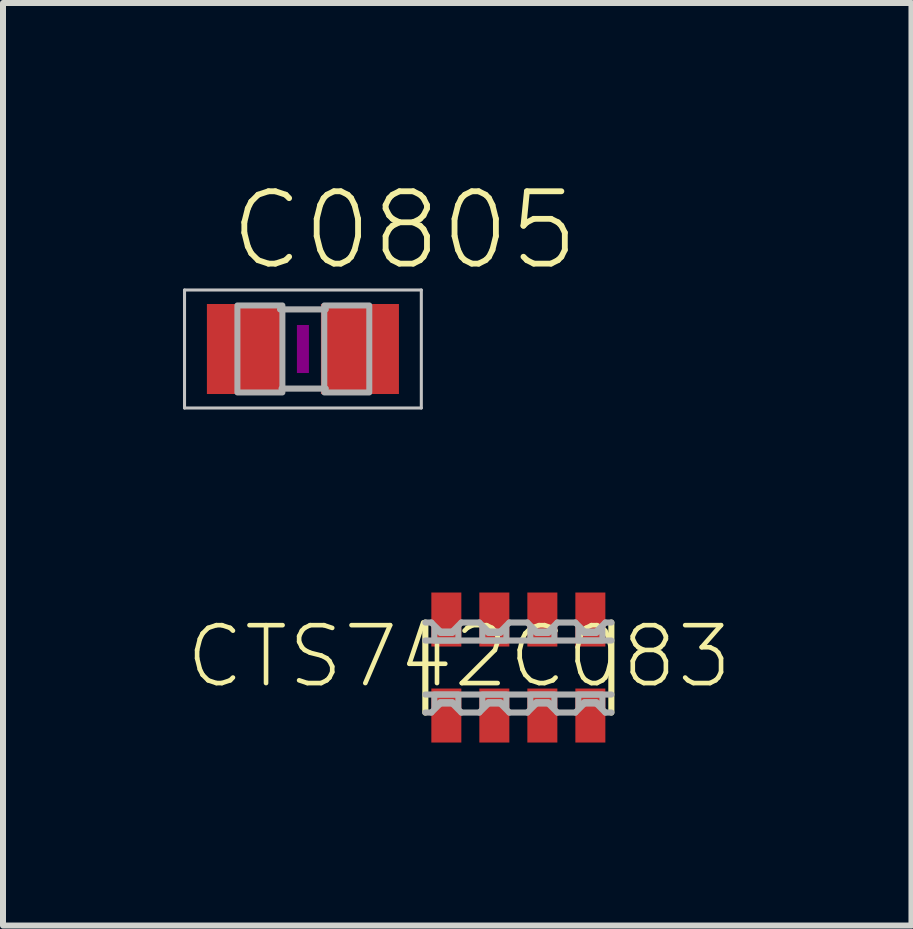
<source format=kicad_pcb>
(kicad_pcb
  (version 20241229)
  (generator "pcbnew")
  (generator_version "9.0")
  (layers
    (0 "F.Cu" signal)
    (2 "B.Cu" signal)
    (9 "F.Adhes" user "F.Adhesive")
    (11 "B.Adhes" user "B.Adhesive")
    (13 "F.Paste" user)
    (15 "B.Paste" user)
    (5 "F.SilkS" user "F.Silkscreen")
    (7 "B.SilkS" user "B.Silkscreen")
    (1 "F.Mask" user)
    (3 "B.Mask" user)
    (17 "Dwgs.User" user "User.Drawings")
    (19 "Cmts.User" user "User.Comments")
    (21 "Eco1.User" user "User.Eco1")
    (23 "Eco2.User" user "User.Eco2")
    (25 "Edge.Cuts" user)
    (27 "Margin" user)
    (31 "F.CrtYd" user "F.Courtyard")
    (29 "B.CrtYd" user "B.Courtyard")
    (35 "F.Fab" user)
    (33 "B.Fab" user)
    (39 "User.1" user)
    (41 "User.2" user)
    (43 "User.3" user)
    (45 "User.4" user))
  (footprint "C0805"
    (layer "F.Cu")
    (at 1.998 2.766)
    (property "Reference" "C0805" (at -1.27 -1.27 0) (layer "F.SilkS") (effects (font (size 1.206 1.206) (thickness 0.097)) (justify left bottom)))
    (attr through_hole)
    (fp_poly (pts (xy -0.1 0.4) (xy 0.1 0.4) (xy 0.1 -0.4) (xy -0.1 -0.4)) (stroke (width 0) (type solid)) (fill yes) (layer "F.Adhes"))
    (fp_line (start -1.973 -0.983) (end 1.973 -0.983) (stroke (width 0.051) (type solid)) (layer "Dwgs.User"))
    (fp_line (start -1.973 0.983) (end -1.973 -0.983) (stroke (width 0.051) (type solid)) (layer "Dwgs.User"))
    (fp_line (start 1.973 -0.983) (end 1.973 0.983) (stroke (width 0.051) (type solid)) (layer "Dwgs.User"))
    (fp_line (start 1.973 0.983) (end -1.973 0.983) (stroke (width 0.051) (type solid)) (layer "Dwgs.User"))
    (fp_line (start -0.381 -0.66) (end 0.381 -0.66) (stroke (width 0.102) (type solid)) (layer "F.Fab"))
    (fp_line (start -0.356 0.66) (end 0.381 0.66) (stroke (width 0.102) (type solid)) (layer "F.Fab"))
    (fp_poly (pts (xy -1.092 0.724) (xy -0.342 0.724) (xy -0.342 -0.726) (xy -1.092 -0.726)) (stroke (width 0.1) (type solid)) (fill no) (layer "F.Fab"))
    (fp_poly (pts (xy 0.356 0.724) (xy 1.106 0.724) (xy 1.106 -0.726) (xy 0.356 -0.726)) (stroke (width 0.1) (type solid)) (fill no) (layer "F.Fab"))
    (pad "1" smd rect (at -0.95 0) (size 1.3 1.5) (layers "F.Cu" "F.Mask" "F.Paste"))
    (pad "2" smd rect (at 0.95 0) (size 1.3 1.5) (layers "F.Cu" "F.Mask" "F.Paste")))
  (footprint "CTS742C083"
    (layer "F.Cu")
    (at 5.588 8.074)
    (property "Reference" "CTS742C083" (at -5.588 0.381 180) (layer "F.SilkS") (effects (font (size 0.965 0.965) (thickness 0.077)) (justify left bottom)))
    (attr through_hole)
    (fp_poly (pts (xy -1.5 1.3) (xy -0.9 1.3) (xy -0.9 0.3) (xy -1.5 0.3)) (stroke (width 0) (type solid)) (fill yes) (layer "F.Mask"))
    (fp_poly (pts (xy -0.9 -1.3) (xy -1.5 -1.3) (xy -1.5 -0.3) (xy -0.9 -0.3)) (stroke (width 0) (type solid)) (fill yes) (layer "F.Mask"))
    (fp_poly (pts (xy -0.7 1.3) (xy -0.1 1.3) (xy -0.1 0.3) (xy -0.7 0.3)) (stroke (width 0) (type solid)) (fill yes) (layer "F.Mask"))
    (fp_poly (pts (xy -0.1 -1.3) (xy -0.7 -1.3) (xy -0.7 -0.3) (xy -0.1 -0.3)) (stroke (width 0) (type solid)) (fill yes) (layer "F.Mask"))
    (fp_poly (pts (xy 0.1 1.3) (xy 0.7 1.3) (xy 0.7 0.3) (xy 0.1 0.3)) (stroke (width 0) (type solid)) (fill yes) (layer "F.Mask"))
    (fp_poly (pts (xy 0.7 -1.3) (xy 0.1 -1.3) (xy 0.1 -0.3) (xy 0.7 -0.3)) (stroke (width 0) (type solid)) (fill yes) (layer "F.Mask"))
    (fp_poly (pts (xy 0.9 1.3) (xy 1.5 1.3) (xy 1.5 0.3) (xy 0.9 0.3)) (stroke (width 0) (type solid)) (fill yes) (layer "F.Mask"))
    (fp_poly (pts (xy 1.5 -1.3) (xy 0.9 -1.3) (xy 0.9 -0.3) (xy 1.5 -0.3)) (stroke (width 0) (type solid)) (fill yes) (layer "F.Mask"))
    (fp_line (start -1.55 0.75) (end -1.55 -0.75) (stroke (width 0.102) (type solid)) (layer "F.SilkS"))
    (fp_line (start 1.55 -0.75) (end 1.55 0.75) (stroke (width 0.102) (type solid)) (layer "F.SilkS"))
    (fp_line (start -1.55 -0.75) (end -1.45 -0.75) (stroke (width 0.102) (type solid)) (layer "F.Fab"))
    (fp_line (start -1.55 -0.45) (end 1.55 -0.45) (stroke (width 0.102) (type solid)) (layer "F.Fab"))
    (fp_line (start -1.45 -0.75) (end -1.3 -0.6) (stroke (width 0.102) (type solid)) (layer "F.Fab"))
    (fp_line (start -1.45 0.75) (end -1.55 0.75) (stroke (width 0.102) (type solid)) (layer "F.Fab"))
    (fp_line (start -1.3 -0.6) (end -1.1 -0.6) (stroke (width 0.102) (type solid)) (layer "F.Fab"))
    (fp_line (start -1.3 0.6) (end -1.45 0.75) (stroke (width 0.102) (type solid)) (layer "F.Fab"))
    (fp_line (start -1.1 -0.6) (end -0.95 -0.75) (stroke (width 0.102) (type solid)) (layer "F.Fab"))
    (fp_line (start -1.1 0.6) (end -1.3 0.6) (stroke (width 0.102) (type solid)) (layer "F.Fab"))
    (fp_line (start -0.95 -0.75) (end -0.65 -0.75) (stroke (width 0.102) (type solid)) (layer "F.Fab"))
    (fp_line (start -0.95 0.75) (end -1.1 0.6) (stroke (width 0.102) (type solid)) (layer "F.Fab"))
    (fp_line (start -0.65 -0.75) (end -0.5 -0.6) (stroke (width 0.102) (type solid)) (layer "F.Fab"))
    (fp_line (start -0.65 0.75) (end -0.95 0.75) (stroke (width 0.102) (type solid)) (layer "F.Fab"))
    (fp_line (start -0.5 -0.6) (end -0.3 -0.6) (stroke (width 0.102) (type solid)) (layer "F.Fab"))
    (fp_line (start -0.5 0.6) (end -0.65 0.75) (stroke (width 0.102) (type solid)) (layer "F.Fab"))
    (fp_line (start -0.3 -0.6) (end -0.15 -0.75) (stroke (width 0.102) (type solid)) (layer "F.Fab"))
    (fp_line (start -0.3 0.6) (end -0.5 0.6) (stroke (width 0.102) (type solid)) (layer "F.Fab"))
    (fp_line (start -0.15 -0.75) (end 0.15 -0.75) (stroke (width 0.102) (type solid)) (layer "F.Fab"))
    (fp_line (start -0.15 0.75) (end -0.3 0.6) (stroke (width 0.102) (type solid)) (layer "F.Fab"))
    (fp_line (start 0.15 -0.75) (end 0.3 -0.6) (stroke (width 0.102) (type solid)) (layer "F.Fab"))
    (fp_line (start 0.15 0.75) (end -0.15 0.75) (stroke (width 0.102) (type solid)) (layer "F.Fab"))
    (fp_line (start 0.3 -0.6) (end 0.5 -0.6) (stroke (width 0.102) (type solid)) (layer "F.Fab"))
    (fp_line (start 0.3 0.6) (end 0.15 0.75) (stroke (width 0.102) (type solid)) (layer "F.Fab"))
    (fp_line (start 0.5 -0.6) (end 0.65 -0.75) (stroke (width 0.102) (type solid)) (layer "F.Fab"))
    (fp_line (start 0.5 0.6) (end 0.3 0.6) (stroke (width 0.102) (type solid)) (layer "F.Fab"))
    (fp_line (start 0.65 -0.75) (end 0.95 -0.75) (stroke (width 0.102) (type solid)) (layer "F.Fab"))
    (fp_line (start 0.65 0.75) (end 0.5 0.6) (stroke (width 0.102) (type solid)) (layer "F.Fab"))
    (fp_line (start 0.95 -0.75) (end 1.1 -0.6) (stroke (width 0.102) (type solid)) (layer "F.Fab"))
    (fp_line (start 0.95 0.75) (end 0.65 0.75) (stroke (width 0.102) (type solid)) (layer "F.Fab"))
    (fp_line (start 1.1 -0.6) (end 1.3 -0.6) (stroke (width 0.102) (type solid)) (layer "F.Fab"))
    (fp_line (start 1.1 0.6) (end 0.95 0.75) (stroke (width 0.102) (type solid)) (layer "F.Fab"))
    (fp_line (start 1.3 -0.6) (end 1.45 -0.75) (stroke (width 0.102) (type solid)) (layer "F.Fab"))
    (fp_line (start 1.3 0.6) (end 1.1 0.6) (stroke (width 0.102) (type solid)) (layer "F.Fab"))
    (fp_line (start 1.45 -0.75) (end 1.55 -0.75) (stroke (width 0.102) (type solid)) (layer "F.Fab"))
    (fp_line (start 1.45 0.75) (end 1.3 0.6) (stroke (width 0.102) (type solid)) (layer "F.Fab"))
    (fp_line (start 1.55 0.45) (end -1.55 0.45) (stroke (width 0.102) (type solid)) (layer "F.Fab"))
    (fp_line (start 1.55 0.75) (end 1.45 0.75) (stroke (width 0.102) (type solid)) (layer "F.Fab"))
    (fp_poly (pts (xy -1.4 0.675) (xy -1.4 0.45) (xy -1 0.45) (xy -1 0.675) (xy -1.1 0.575) (xy -1.3 0.575)) (stroke (width 0.1) (type solid)) (fill no) (layer "F.Fab"))
    (fp_poly (pts (xy -1 -0.675) (xy -1 -0.45) (xy -1.4 -0.45) (xy -1.4 -0.675) (xy -1.3 -0.575) (xy -1.1 -0.575)) (stroke (width 0.1) (type solid)) (fill no) (layer "F.Fab"))
    (fp_poly (pts (xy -0.6 0.675) (xy -0.6 0.45) (xy -0.2 0.45) (xy -0.2 0.675) (xy -0.3 0.575) (xy -0.5 0.575)) (stroke (width 0.1) (type solid)) (fill no) (layer "F.Fab"))
    (fp_poly (pts (xy -0.2 -0.675) (xy -0.2 -0.45) (xy -0.6 -0.45) (xy -0.6 -0.675) (xy -0.5 -0.575) (xy -0.3 -0.575)) (stroke (width 0.1) (type solid)) (fill no) (layer "F.Fab"))
    (fp_poly (pts (xy 0.2 0.675) (xy 0.2 0.45) (xy 0.6 0.45) (xy 0.6 0.675) (xy 0.5 0.575) (xy 0.3 0.575)) (stroke (width 0.1) (type solid)) (fill no) (layer "F.Fab"))
    (fp_poly (pts (xy 0.6 -0.675) (xy 0.6 -0.45) (xy 0.2 -0.45) (xy 0.2 -0.675) (xy 0.3 -0.575) (xy 0.5 -0.575)) (stroke (width 0.1) (type solid)) (fill no) (layer "F.Fab"))
    (fp_poly (pts (xy 1 0.675) (xy 1 0.45) (xy 1.4 0.45) (xy 1.4 0.675) (xy 1.3 0.575) (xy 1.1 0.575)) (stroke (width 0.1) (type solid)) (fill no) (layer "F.Fab"))
    (fp_poly (pts (xy 1.4 -0.675) (xy 1.4 -0.45) (xy 1 -0.45) (xy 1 -0.675) (xy 1.1 -0.575) (xy 1.3 -0.575)) (stroke (width 0.1) (type solid)) (fill no) (layer "F.Fab"))
    (pad "1" smd rect (at -1.2 0.8) (size 0.5 0.9) (layers "F.Cu" "F.Mask" "F.Paste"))
    (pad "2" smd rect (at -0.4 0.8) (size 0.5 0.9) (layers "F.Cu" "F.Mask" "F.Paste"))
    (pad "3" smd rect (at 0.4 0.8) (size 0.5 0.9) (layers "F.Cu" "F.Mask" "F.Paste"))
    (pad "4" smd rect (at 1.2 0.8) (size 0.5 0.9) (layers "F.Cu" "F.Mask" "F.Paste"))
    (pad "5" smd rect (at 1.2 -0.8) (size 0.5 0.9) (layers "F.Cu" "F.Mask" "F.Paste"))
    (pad "6" smd rect (at 0.4 -0.8) (size 0.5 0.9) (layers "F.Cu" "F.Mask" "F.Paste"))
    (pad "7" smd rect (at -0.4 -0.8) (size 0.5 0.9) (layers "F.Cu" "F.Mask" "F.Paste"))
    (pad "8" smd rect (at -1.2 -0.8) (size 0.5 0.9) (layers "F.Cu" "F.Mask" "F.Paste")))
  (gr_rect
    (start -3 -3)
    (end 12.139 12.374)
    (stroke (width 0.1) (type default))
    (fill no)
    (layer "Edge.Cuts")))
</source>
